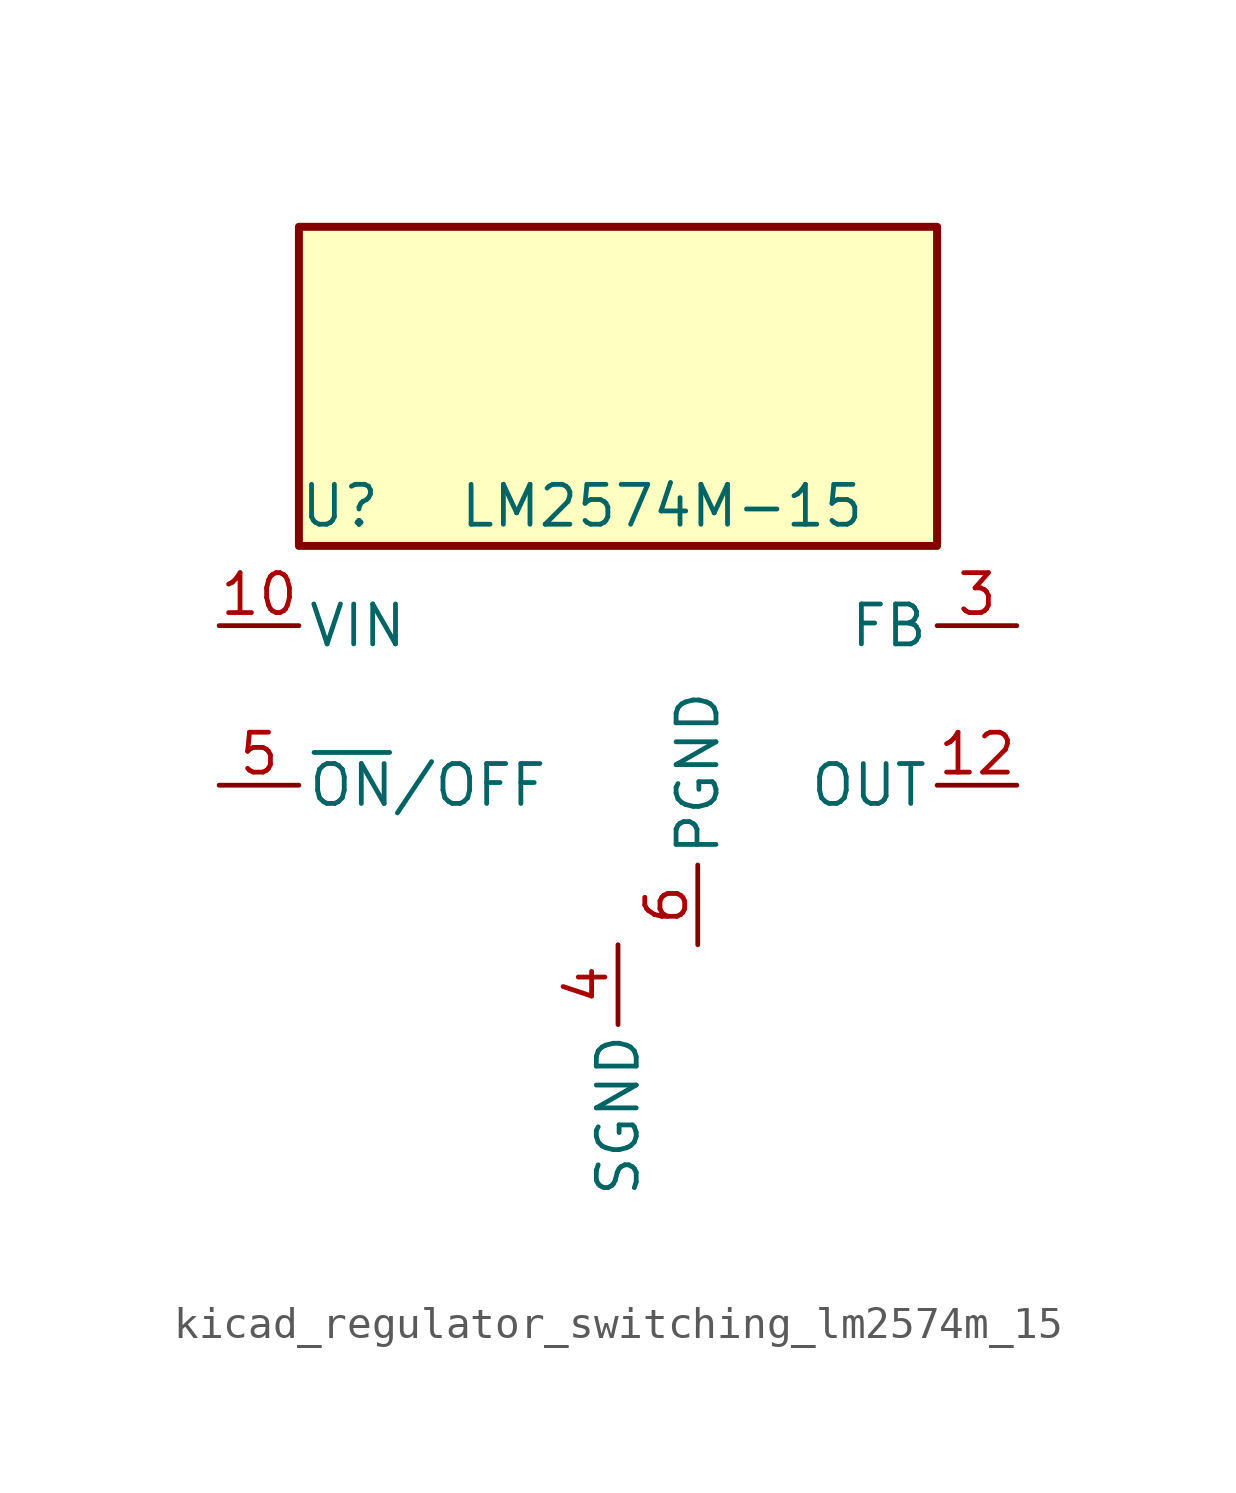
<source format=kicad_sym>
(kicad_symbol_lib
  (version 20220914)
  (generator kicad_symbol_editor)
  (symbol "kicad_regulator_switching_lm2574m_15"
    (pin_names
      (offset 0.254))
    (property "Reference" "U"
      (at -10.16 6.35 0)
      (effects (font (size 1.27 1.27)) (justify left)))
    (property "Value" "LM2574M-15"
      (at -5.08 6.35 0)
      (effects (font (size 1.27 1.27)) (justify left)))
    (symbol "kicad_regulator_switching_lm2574m_15_0_1"
      (rectangle (start 10.16 15.24) (end -10.16 5.08) (stroke (width 0.254) (type default)) (fill (type background))))
    (symbol "kicad_regulator_switching_lm2574m_15_1_1"
      (pin power_in line (at -12.7 2.54 0) (length 2.54) (name "VIN" (effects (font (size 1.27 1.27)))) (number "10" (effects (font (size 1.27 1.27)))))
      (pin output line (at 12.7 -2.54 180) (length 2.54) (name "OUT" (effects (font (size 1.27 1.27)))) (number "12" (effects (font (size 1.27 1.27)))))
      (pin input line (at 12.7 2.54 180) (length 2.54) (name "FB" (effects (font (size 1.27 1.27)))) (number "3" (effects (font (size 1.27 1.27)))))
      (pin power_in line (at 0 -7.62 270) (length 2.54) (name "SGND" (effects (font (size 1.27 1.27)))) (number "4" (effects (font (size 1.27 1.27)))))
      (pin input line (at -12.7 -2.54 0) (length 2.54) (name "~{ON}/OFF" (effects (font (size 1.27 1.27)))) (number "5" (effects (font (size 1.27 1.27)))))
      (pin power_in line (at 2.54 -7.62 90) (length 2.54) (name "PGND" (effects (font (size 1.27 1.27)))) (number "6" (effects (font (size 1.27 1.27))))))))
</source>
